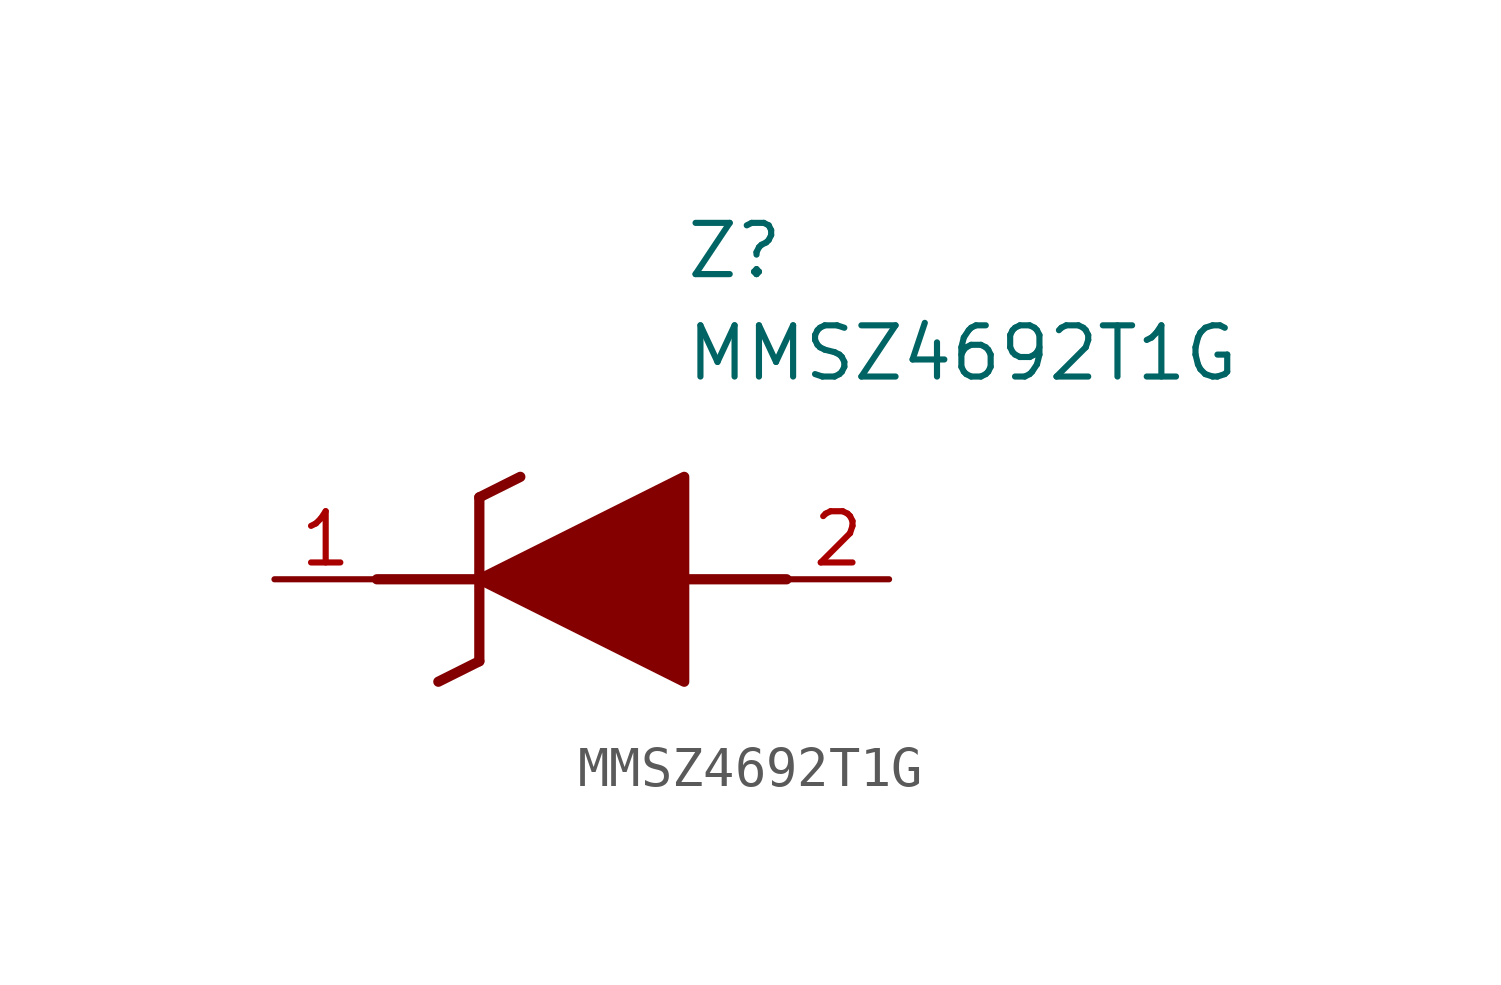
<source format=kicad_sym>
(kicad_symbol_lib
  (version 20211014)
  (generator SamacSys_ECAD_Model)
  (symbol "MMSZ4692T1G"
    (pin_names hide)
    (property "Reference" "Z"
      (at 10.16 8.89 0)
      (effects (font (size 1.27 1.27)) (justify left top)))
    (property "Value" "MMSZ4692T1G"
      (at 10.16 6.35 0)
      (effects (font (size 1.27 1.27)) (justify left top)))
    (polyline
      (pts (xy 5.08 2.032) (xy 5.08 -2.032))
      (stroke (width 0.254) (type default))
      (fill (type none)))
    (polyline
      (pts (xy 5.08 2.032) (xy 6.096 2.54))
      (stroke (width 0.254) (type default))
      (fill (type none)))
    (polyline
      (pts (xy 4.064 -2.54) (xy 5.08 -2.032))
      (stroke (width 0.254) (type default))
      (fill (type none)))
    (polyline
      (pts (xy 2.54 0) (xy 5.08 0))
      (stroke (width 0.254) (type default))
      (fill (type none)))
    (polyline
      (pts (xy 12.7 0) (xy 10.16 0))
      (stroke (width 0.254) (type default))
      (fill (type none)))
    (polyline
      (pts (xy 5.08 0) (xy 10.16 2.54) (xy 10.16 -2.54) (xy 5.08 0))
      (stroke (width 0.254) (type default))
      (fill (type outline)))
    (pin passive line
      (at 0 0 0)
      (length 2.54)
      (name "K" (effects (font (size 1.27 1.27))))
      (number "1" (effects (font (size 1.27 1.27)))))
    (pin passive line
      (at 15.24 0 180)
      (length 2.54)
      (name "A" (effects (font (size 1.27 1.27))))
      (number "2" (effects (font (size 1.27 1.27)))))))
</source>
